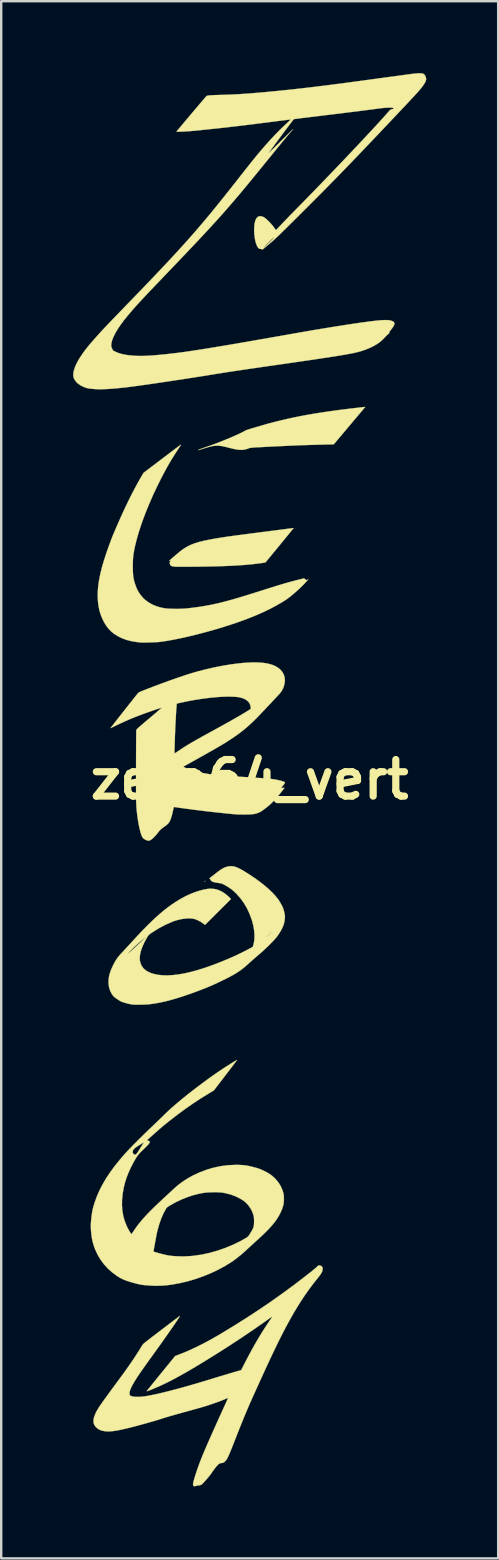
<source format=kicad_pcb>
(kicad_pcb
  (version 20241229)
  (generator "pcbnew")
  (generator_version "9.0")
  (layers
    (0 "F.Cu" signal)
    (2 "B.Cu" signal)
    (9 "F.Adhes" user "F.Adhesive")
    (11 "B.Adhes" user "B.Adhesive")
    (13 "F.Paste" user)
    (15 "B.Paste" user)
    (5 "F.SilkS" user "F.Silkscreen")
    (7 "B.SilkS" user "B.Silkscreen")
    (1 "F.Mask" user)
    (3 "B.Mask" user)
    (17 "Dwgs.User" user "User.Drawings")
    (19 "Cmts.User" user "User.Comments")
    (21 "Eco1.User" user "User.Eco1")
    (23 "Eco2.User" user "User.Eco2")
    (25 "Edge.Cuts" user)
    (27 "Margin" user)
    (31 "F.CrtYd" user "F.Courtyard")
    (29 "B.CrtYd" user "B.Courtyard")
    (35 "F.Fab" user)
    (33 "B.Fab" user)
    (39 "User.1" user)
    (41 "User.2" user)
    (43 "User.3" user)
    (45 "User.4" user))
  (footprint "zero64_vert"
    (layer "F.Cu")
    (at 7.354 29.449)
    (property "Reference" "zero64_vert" (at 0 0 0) (layer "F.SilkS") (effects (font (size 1.524 1.524) (thickness 0.3))))
    (attr through_hole)
    (fp_poly (pts (xy -1.838 4.227) (xy -1.845 4.233) (xy -1.851 4.227) (xy -1.845 4.221) (xy -1.838 4.227)) (stroke (width 0.01) (type solid)) (fill yes) (layer "F.SilkS"))
    (fp_poly (pts (xy -1.866 4.241) (xy -1.869 4.245) (xy -1.88 4.257) (xy -1.882 4.258) (xy -1.883 4.25) (xy -1.881 4.245) (xy -1.869 4.234) (xy -1.867 4.233) (xy -1.866 4.241)) (stroke (width 0.01) (type solid)) (fill yes) (layer "F.SilkS"))
    (fp_poly (pts (xy 1.834 -10.483) (xy 1.827 -10.474) (xy 1.806 -10.447) (xy 1.772 -10.406) (xy 1.728 -10.351) (xy 1.674 -10.284) (xy 1.611 -10.207) (xy 1.542 -10.122) (xy 1.467 -10.031) (xy 1.389 -9.935) (xy 1.308 -9.836) (xy 1.226 -9.736) (xy 1.144 -9.636) (xy 1.064 -9.538) (xy 0.987 -9.445) (xy 0.915 -9.357) (xy 0.849 -9.277) (xy 0.791 -9.206) (xy 0.741 -9.146) (xy 0.702 -9.099) (xy 0.674 -9.067) (xy 0.66 -9.051) (xy 0.647 -9.047) (xy 0.613 -9.041) (xy 0.563 -9.034) (xy 0.5 -9.025) (xy 0.428 -9.015) (xy 0.351 -9.005) (xy 0.272 -8.995) (xy 0.201 -8.987) (xy 0.023 -8.968) (xy -0.162 -8.951) (xy -0.355 -8.937) (xy -0.56 -8.924) (xy -0.779 -8.912) (xy -1.016 -8.902) (xy -1.272 -8.893) (xy -1.373 -8.89) (xy -1.493 -8.887) (xy -1.623 -8.884) (xy -1.76 -8.882) (xy -1.902 -8.879) (xy -2.047 -8.877) (xy -2.192 -8.875) (xy -2.335 -8.874) (xy -2.474 -8.873) (xy -2.606 -8.872) (xy -2.728 -8.872) (xy -2.84 -8.872) (xy -2.937 -8.872) (xy -3.018 -8.873) (xy -3.081 -8.874) (xy -3.123 -8.876) (xy -3.133 -8.877) (xy -3.183 -8.884) (xy -3.229 -8.895) (xy -3.26 -8.905) (xy -3.261 -8.906) (xy -3.299 -8.938) (xy -3.322 -8.984) (xy -3.328 -9.038) (xy -3.315 -9.093) (xy -3.309 -9.107) (xy -3.296 -9.133) (xy -3.298 -9.142) (xy -3.317 -9.135) (xy -3.336 -9.125) (xy -3.355 -9.114) (xy -3.357 -9.115) (xy -3.343 -9.129) (xy -3.331 -9.14) (xy -3.289 -9.178) (xy -3.234 -9.226) (xy -3.17 -9.282) (xy -3.101 -9.34) (xy -3.032 -9.399) (xy -2.966 -9.454) (xy -2.907 -9.503) (xy -2.86 -9.541) (xy -2.839 -9.558) (xy -2.71 -9.648) (xy -2.574 -9.727) (xy -2.427 -9.796) (xy -2.266 -9.857) (xy -2.089 -9.911) (xy -1.891 -9.958) (xy -1.82 -9.973) (xy -1.729 -9.991) (xy -1.642 -10.008) (xy -1.557 -10.024) (xy -1.472 -10.04) (xy -1.387 -10.055) (xy -1.298 -10.069) (xy -1.205 -10.084) (xy -1.106 -10.1) (xy -0.999 -10.116) (xy -0.882 -10.133) (xy -0.754 -10.15) (xy -0.613 -10.17) (xy -0.458 -10.19) (xy -0.285 -10.213) (xy -0.095 -10.238) (xy 0.115 -10.265) (xy 0.346 -10.295) (xy 0.472 -10.311) (xy 0.629 -10.331) (xy 0.784 -10.351) (xy 0.933 -10.37) (xy 1.074 -10.388) (xy 1.205 -10.405) (xy 1.325 -10.421) (xy 1.43 -10.434) (xy 1.518 -10.446) (xy 1.588 -10.455) (xy 1.637 -10.461) (xy 1.649 -10.463) (xy 1.712 -10.471) (xy 1.766 -10.478) (xy 1.807 -10.482) (xy 1.83 -10.484) (xy 1.834 -10.483)) (stroke (width 0.01) (type solid)) (fill yes) (layer "F.SilkS"))
    (fp_poly (pts (xy 4.817 -15.529) (xy 4.81 -15.519) (xy 4.8 -15.507) (xy 4.775 -15.478) (xy 4.737 -15.433) (xy 4.688 -15.374) (xy 4.627 -15.302) (xy 4.557 -15.219) (xy 4.478 -15.125) (xy 4.392 -15.023) (xy 4.3 -14.914) (xy 4.204 -14.799) (xy 4.152 -14.737) (xy 3.51 -13.975) (xy 2.895 -13.96) (xy 2.709 -13.955) (xy 2.522 -13.95) (xy 2.332 -13.944) (xy 2.136 -13.937) (xy 1.93 -13.929) (xy 1.714 -13.92) (xy 1.485 -13.909) (xy 1.239 -13.898) (xy 0.974 -13.885) (xy 0.689 -13.871) (xy 0.623 -13.867) (xy 0.488 -13.86) (xy 0.375 -13.854) (xy 0.281 -13.849) (xy 0.205 -13.845) (xy 0.145 -13.84) (xy 0.097 -13.836) (xy 0.06 -13.832) (xy 0.031 -13.828) (xy 0.009 -13.823) (xy -0.01 -13.818) (xy -0.026 -13.812) (xy -0.042 -13.805) (xy -0.088 -13.788) (xy -0.147 -13.771) (xy -0.209 -13.757) (xy -0.225 -13.754) (xy -0.292 -13.746) (xy -0.361 -13.743) (xy -0.435 -13.747) (xy -0.519 -13.757) (xy -0.615 -13.775) (xy -0.727 -13.8) (xy -0.829 -13.825) (xy -0.957 -13.858) (xy -1.067 -13.883) (xy -1.161 -13.902) (xy -1.242 -13.914) (xy -1.315 -13.92) (xy -1.382 -13.92) (xy -1.449 -13.916) (xy -1.517 -13.906) (xy -1.557 -13.898) (xy -1.613 -13.886) (xy -1.687 -13.867) (xy -1.774 -13.843) (xy -1.871 -13.814) (xy -1.971 -13.784) (xy -2.072 -13.752) (xy -2.111 -13.739) (xy -2.134 -13.732) (xy -2.138 -13.735) (xy -2.129 -13.746) (xy -2.113 -13.754) (xy -2.077 -13.769) (xy -2.024 -13.789) (xy -1.958 -13.813) (xy -1.88 -13.84) (xy -1.795 -13.87) (xy -1.771 -13.878) (xy -1.65 -13.92) (xy -1.519 -13.967) (xy -1.382 -14.018) (xy -1.241 -14.073) (xy -1.098 -14.13) (xy -0.956 -14.188) (xy -0.817 -14.245) (xy -0.685 -14.302) (xy -0.561 -14.357) (xy -0.449 -14.408) (xy -0.35 -14.455) (xy -0.268 -14.496) (xy -0.205 -14.531) (xy -0.183 -14.545) (xy -0.159 -14.556) (xy -0.115 -14.573) (xy -0.057 -14.593) (xy 0.014 -14.616) (xy 0.092 -14.64) (xy 0.139 -14.653) (xy 0.235 -14.681) (xy 0.34 -14.712) (xy 0.446 -14.743) (xy 0.545 -14.772) (xy 0.63 -14.797) (xy 0.641 -14.801) (xy 0.733 -14.827) (xy 0.846 -14.857) (xy 0.974 -14.891) (xy 1.115 -14.926) (xy 1.265 -14.963) (xy 1.419 -15) (xy 1.575 -15.036) (xy 1.728 -15.07) (xy 1.778 -15.081) (xy 2.051 -15.138) (xy 2.346 -15.194) (xy 2.663 -15.249) (xy 2.999 -15.303) (xy 3.352 -15.355) (xy 3.723 -15.406) (xy 4.108 -15.454) (xy 4.336 -15.481) (xy 4.436 -15.493) (xy 4.529 -15.503) (xy 4.613 -15.513) (xy 4.685 -15.521) (xy 4.741 -15.528) (xy 4.778 -15.532) (xy 4.793 -15.534) (xy 4.815 -15.535) (xy 4.817 -15.529)) (stroke (width 0.01) (type solid)) (fill yes) (layer "F.SilkS"))
    (fp_poly (pts (xy -2.859 -13.954) (xy -2.861 -13.952) (xy -2.979 -13.773) (xy -3.086 -13.61) (xy -3.182 -13.457) (xy -3.272 -13.31) (xy -3.357 -13.165) (xy -3.441 -13.018) (xy -3.525 -12.865) (xy -3.612 -12.7) (xy -3.675 -12.579) (xy -3.844 -12.24) (xy -4.004 -11.903) (xy -4.152 -11.568) (xy -4.289 -11.239) (xy -4.414 -10.917) (xy -4.525 -10.604) (xy -4.623 -10.303) (xy -4.705 -10.015) (xy -4.773 -9.742) (xy -4.777 -9.725) (xy -4.805 -9.59) (xy -4.827 -9.472) (xy -4.843 -9.364) (xy -4.855 -9.258) (xy -4.862 -9.148) (xy -4.866 -9.027) (xy -4.868 -8.896) (xy -4.866 -8.749) (xy -4.862 -8.621) (xy -4.852 -8.507) (xy -4.838 -8.403) (xy -4.817 -8.302) (xy -4.789 -8.201) (xy -4.753 -8.094) (xy -4.712 -7.985) (xy -4.664 -7.883) (xy -4.599 -7.776) (xy -4.523 -7.671) (xy -4.44 -7.575) (xy -4.355 -7.494) (xy -4.338 -7.48) (xy -4.199 -7.38) (xy -4.052 -7.297) (xy -3.893 -7.231) (xy -3.72 -7.178) (xy -3.537 -7.14) (xy -3.474 -7.132) (xy -3.39 -7.126) (xy -3.292 -7.122) (xy -3.184 -7.119) (xy -3.071 -7.117) (xy -2.957 -7.118) (xy -2.847 -7.121) (xy -2.746 -7.125) (xy -2.658 -7.131) (xy -2.631 -7.134) (xy -2.452 -7.154) (xy -2.281 -7.176) (xy -2.117 -7.198) (xy -1.957 -7.223) (xy -1.799 -7.25) (xy -1.642 -7.279) (xy -1.484 -7.312) (xy -1.321 -7.348) (xy -1.153 -7.389) (xy -0.977 -7.435) (xy -0.791 -7.485) (xy -0.593 -7.542) (xy -0.382 -7.604) (xy -0.154 -7.673) (xy 0.091 -7.749) (xy 0.356 -7.833) (xy 0.466 -7.868) (xy 0.705 -7.944) (xy 0.923 -8.012) (xy 1.122 -8.074) (xy 1.304 -8.129) (xy 1.471 -8.179) (xy 1.626 -8.223) (xy 1.769 -8.262) (xy 1.903 -8.298) (xy 2.026 -8.329) (xy 2.096 -8.347) (xy 2.158 -8.362) (xy 2.208 -8.375) (xy 2.242 -8.384) (xy 2.257 -8.388) (xy 2.273 -8.383) (xy 2.3 -8.367) (xy 2.322 -8.351) (xy 2.352 -8.328) (xy 2.375 -8.313) (xy 2.384 -8.309) (xy 2.398 -8.317) (xy 2.423 -8.334) (xy 2.433 -8.343) (xy 2.448 -8.354) (xy 2.448 -8.349) (xy 2.435 -8.331) (xy 2.41 -8.301) (xy 2.375 -8.262) (xy 2.332 -8.215) (xy 2.282 -8.162) (xy 2.228 -8.106) (xy 2.189 -8.067) (xy 2.133 -8.012) (xy 2.063 -7.946) (xy 1.986 -7.876) (xy 1.907 -7.805) (xy 1.831 -7.739) (xy 1.817 -7.728) (xy 1.733 -7.657) (xy 1.659 -7.598) (xy 1.59 -7.547) (xy 1.518 -7.497) (xy 1.439 -7.446) (xy 1.352 -7.392) (xy 1.098 -7.245) (xy 0.828 -7.103) (xy 0.54 -6.966) (xy 0.232 -6.832) (xy -0.095 -6.701) (xy -0.445 -6.573) (xy -0.775 -6.461) (xy -1.067 -6.368) (xy -1.362 -6.278) (xy -1.658 -6.193) (xy -1.953 -6.113) (xy -2.243 -6.038) (xy -2.527 -5.969) (xy -2.802 -5.906) (xy -3.064 -5.852) (xy -3.313 -5.805) (xy -3.544 -5.766) (xy -3.75 -5.738) (xy -3.799 -5.733) (xy -3.866 -5.729) (xy -3.946 -5.725) (xy -4.035 -5.721) (xy -4.129 -5.718) (xy -4.223 -5.715) (xy -4.313 -5.713) (xy -4.396 -5.712) (xy -4.466 -5.713) (xy -4.519 -5.714) (xy -4.548 -5.716) (xy -4.579 -5.72) (xy -4.626 -5.725) (xy -4.68 -5.731) (xy -4.705 -5.734) (xy -4.917 -5.768) (xy -5.12 -5.819) (xy -5.31 -5.888) (xy -5.486 -5.974) (xy -5.646 -6.074) (xy -5.762 -6.166) (xy -5.867 -6.273) (xy -5.966 -6.399) (xy -6.056 -6.543) (xy -6.136 -6.699) (xy -6.203 -6.866) (xy -6.257 -7.038) (xy -6.289 -7.186) (xy -6.318 -7.396) (xy -6.331 -7.613) (xy -6.328 -7.839) (xy -6.309 -8.075) (xy -6.273 -8.324) (xy -6.22 -8.587) (xy -6.15 -8.864) (xy -6.125 -8.954) (xy -6.087 -9.081) (xy -6.042 -9.224) (xy -5.991 -9.379) (xy -5.937 -9.539) (xy -5.88 -9.7) (xy -5.823 -9.857) (xy -5.767 -10.006) (xy -5.715 -10.14) (xy -5.672 -10.245) (xy -5.51 -10.622) (xy -5.353 -10.977) (xy -5.199 -11.311) (xy -5.048 -11.626) (xy -4.9 -11.922) (xy -4.753 -12.201) (xy -4.608 -12.465) (xy -4.526 -12.607) (xy -4.421 -12.787) (xy -3.852 -13.218) (xy -3.741 -13.302) (xy -3.629 -13.387) (xy -3.518 -13.471) (xy -3.412 -13.551) (xy -3.313 -13.627) (xy -3.224 -13.694) (xy -3.147 -13.752) (xy -3.085 -13.799) (xy -3.06 -13.818) (xy -2.984 -13.875) (xy -2.925 -13.918) (xy -2.885 -13.945) (xy -2.863 -13.957) (xy -2.859 -13.954)) (stroke (width 0.01) (type solid)) (fill yes) (layer "F.SilkS"))
    (fp_poly (pts (xy -0.694 3.615) (xy -0.61 3.633) (xy -0.518 3.666) (xy -0.417 3.713) (xy -0.302 3.775) (xy -0.253 3.804) (xy -0.012 3.955) (xy 0.215 4.106) (xy 0.425 4.259) (xy 0.618 4.41) (xy 0.793 4.56) (xy 0.947 4.708) (xy 1.081 4.852) (xy 1.183 4.979) (xy 1.21 5.018) (xy 1.244 5.072) (xy 1.282 5.134) (xy 1.317 5.196) (xy 1.318 5.197) (xy 1.355 5.265) (xy 1.382 5.322) (xy 1.403 5.376) (xy 1.422 5.437) (xy 1.439 5.502) (xy 1.456 5.571) (xy 1.466 5.623) (xy 1.472 5.667) (xy 1.475 5.709) (xy 1.473 5.756) (xy 1.472 5.779) (xy 1.457 5.909) (xy 1.424 6.039) (xy 1.373 6.171) (xy 1.303 6.307) (xy 1.213 6.449) (xy 1.147 6.542) (xy 1.098 6.603) (xy 1.033 6.677) (xy 0.955 6.76) (xy 0.866 6.851) (xy 0.771 6.946) (xy 0.67 7.042) (xy 0.568 7.137) (xy 0.467 7.228) (xy 0.375 7.306) (xy 0.301 7.37) (xy 0.222 7.438) (xy 0.145 7.504) (xy 0.075 7.566) (xy 0.017 7.619) (xy -0.004 7.638) (xy -0.104 7.729) (xy -0.199 7.811) (xy -0.292 7.886) (xy -0.385 7.955) (xy -0.482 8.022) (xy -0.585 8.087) (xy -0.698 8.153) (xy -0.822 8.22) (xy -0.961 8.292) (xy -1.118 8.369) (xy -1.238 8.427) (xy -1.354 8.482) (xy -1.459 8.531) (xy -1.557 8.575) (xy -1.652 8.616) (xy -1.748 8.656) (xy -1.851 8.698) (xy -1.964 8.742) (xy -2.092 8.791) (xy -2.195 8.83) (xy -2.495 8.939) (xy -2.776 9.035) (xy -3.041 9.119) (xy -3.29 9.191) (xy -3.526 9.251) (xy -3.751 9.3) (xy -3.965 9.338) (xy -4.171 9.366) (xy -4.185 9.368) (xy -4.243 9.373) (xy -4.317 9.377) (xy -4.402 9.38) (xy -4.493 9.383) (xy -4.586 9.384) (xy -4.676 9.384) (xy -4.757 9.384) (xy -4.825 9.382) (xy -4.874 9.379) (xy -4.88 9.378) (xy -4.978 9.362) (xy -5.091 9.337) (xy -5.205 9.305) (xy -5.272 9.285) (xy -5.325 9.265) (xy -5.374 9.243) (xy -5.426 9.213) (xy -5.484 9.176) (xy -5.558 9.126) (xy -5.616 9.083) (xy -5.661 9.044) (xy -5.697 9.004) (xy -5.73 8.959) (xy -5.74 8.944) (xy -5.808 8.815) (xy -5.854 8.678) (xy -5.878 8.531) (xy -5.882 8.442) (xy -5.875 8.315) (xy -5.855 8.187) (xy -5.82 8.055) (xy -5.769 7.916) (xy -5.701 7.766) (xy -5.678 7.72) (xy -5.629 7.627) (xy -5.585 7.548) (xy -5.541 7.479) (xy -5.493 7.413) (xy -5.437 7.345) (xy -5.37 7.269) (xy -5.34 7.237) (xy -5.056 7.237) (xy -5.05 7.238) (xy -5.032 7.226) (xy -5.002 7.201) (xy -4.957 7.163) (xy -4.898 7.109) (xy -4.822 7.041) (xy -4.747 6.971) (xy -4.681 6.909) (xy -4.611 6.843) (xy -4.543 6.779) (xy -4.482 6.72) (xy -4.434 6.674) (xy -4.433 6.673) (xy -4.312 6.553) (xy -4.439 6.654) (xy -4.488 6.695) (xy -4.546 6.744) (xy -4.61 6.801) (xy -4.677 6.861) (xy -4.745 6.924) (xy -4.813 6.987) (xy -4.876 7.048) (xy -4.934 7.104) (xy -4.983 7.153) (xy -5.021 7.193) (xy -5.046 7.222) (xy -5.056 7.237) (xy -5.056 7.237) (xy -5.34 7.237) (xy -5.328 7.224) (xy -5.286 7.179) (xy -5.23 7.119) (xy -5.164 7.047) (xy -5.091 6.967) (xy -5.013 6.883) (xy -4.934 6.796) (xy -4.863 6.719) (xy -4.648 6.486) (xy -4.446 6.273) (xy -4.253 6.077) (xy -4.07 5.898) (xy -3.894 5.733) (xy -3.725 5.583) (xy -3.56 5.446) (xy -3.398 5.32) (xy -3.238 5.205) (xy -3.079 5.098) (xy -2.918 4.999) (xy -2.795 4.929) (xy -2.645 4.851) (xy -2.489 4.779) (xy -2.332 4.715) (xy -2.175 4.66) (xy -2.023 4.615) (xy -1.879 4.58) (xy -1.748 4.557) (xy -1.631 4.548) (xy -1.613 4.548) (xy -1.466 4.56) (xy -1.322 4.596) (xy -1.181 4.655) (xy -1.044 4.739) (xy -0.911 4.846) (xy -0.876 4.878) (xy -0.773 4.977) (xy -1.315 5.518) (xy -1.857 6.058) (xy -1.935 5.999) (xy -2.04 5.928) (xy -2.156 5.867) (xy -2.271 5.821) (xy -2.286 5.816) (xy -2.382 5.796) (xy -2.494 5.787) (xy -2.619 5.79) (xy -2.754 5.804) (xy -2.893 5.829) (xy -3.034 5.864) (xy -3.172 5.908) (xy -3.23 5.931) (xy -3.522 6.06) (xy -3.806 6.213) (xy -4.066 6.377) (xy -4.122 6.415) (xy -4.163 6.445) (xy -4.193 6.47) (xy -4.217 6.496) (xy -4.239 6.527) (xy -4.264 6.568) (xy -4.273 6.583) (xy -4.374 6.764) (xy -4.454 6.935) (xy -4.515 7.096) (xy -4.556 7.245) (xy -4.576 7.383) (xy -4.576 7.509) (xy -4.573 7.543) (xy -4.545 7.661) (xy -4.497 7.768) (xy -4.429 7.861) (xy -4.34 7.943) (xy -4.231 8.012) (xy -4.101 8.069) (xy -4.016 8.096) (xy -3.839 8.136) (xy -3.646 8.158) (xy -3.436 8.164) (xy -3.21 8.152) (xy -2.969 8.124) (xy -2.711 8.079) (xy -2.439 8.017) (xy -2.152 7.938) (xy -1.849 7.843) (xy -1.533 7.73) (xy -1.433 7.693) (xy -1.192 7.599) (xy -0.971 7.508) (xy -0.764 7.42) (xy -0.568 7.331) (xy -0.379 7.241) (xy -0.191 7.147) (xy -0.027 7.06) (xy 0.134 6.974) (xy 0.157 6.897) (xy 0.188 6.763) (xy 0.204 6.614) (xy 0.204 6.564) (xy 0.702 6.564) (xy 0.71 6.559) (xy 0.733 6.54) (xy 0.766 6.511) (xy 0.807 6.474) (xy 0.81 6.471) (xy 0.852 6.432) (xy 0.887 6.4) (xy 0.91 6.376) (xy 0.919 6.366) (xy 0.919 6.366) (xy 0.911 6.371) (xy 0.888 6.39) (xy 0.855 6.419) (xy 0.813 6.456) (xy 0.81 6.459) (xy 0.769 6.498) (xy 0.734 6.53) (xy 0.711 6.554) (xy 0.702 6.564) (xy 0.702 6.564) (xy 0.204 6.564) (xy 0.204 6.452) (xy 0.189 6.281) (xy 0.159 6.104) (xy 0.115 5.924) (xy 0.088 5.836) (xy -0.004 5.589) (xy -0.113 5.358) (xy -0.239 5.144) (xy -0.383 4.947) (xy -0.543 4.766) (xy -0.562 4.747) (xy -0.641 4.671) (xy -0.712 4.608) (xy -0.782 4.553) (xy -0.858 4.501) (xy -0.947 4.447) (xy -0.959 4.44) (xy -1.027 4.401) (xy -1.081 4.371) (xy -1.126 4.35) (xy -1.168 4.335) (xy -1.213 4.324) (xy -1.267 4.315) (xy -1.323 4.307) (xy -1.418 4.292) (xy -1.493 4.275) (xy -1.548 4.255) (xy -1.588 4.231) (xy -1.613 4.203) (xy -1.618 4.196) (xy -1.638 4.163) (xy -1.658 4.137) (xy -1.659 4.136) (xy -1.671 4.117) (xy -1.665 4.109) (xy -1.652 4.1) (xy -1.623 4.078) (xy -1.581 4.045) (xy -1.529 4.005) (xy -1.47 3.958) (xy -1.451 3.943) (xy -1.344 3.86) (xy -1.252 3.791) (xy -1.17 3.737) (xy -1.096 3.694) (xy -1.027 3.662) (xy -0.961 3.638) (xy -0.893 3.622) (xy -0.853 3.615) (xy -0.774 3.609) (xy -0.694 3.615)) (stroke (width 0.01) (type solid)) (fill yes) (layer "F.SilkS"))
    (fp_poly (pts (xy -0.529 11.7) (xy -0.549 11.727) (xy -0.581 11.771) (xy -0.625 11.829) (xy -0.678 11.9) (xy -0.74 11.982) (xy -0.81 12.073) (xy -0.886 12.173) (xy -0.967 12.279) (xy -1.003 12.325) (xy -1.487 12.957) (xy -1.72 13.098) (xy -2.054 13.305) (xy -2.374 13.516) (xy -2.687 13.734) (xy -2.999 13.964) (xy -3.316 14.21) (xy -3.393 14.271) (xy -3.456 14.322) (xy -3.512 14.366) (xy -3.561 14.407) (xy -3.608 14.445) (xy -3.654 14.485) (xy -3.704 14.527) (xy -3.759 14.575) (xy -3.822 14.63) (xy -3.896 14.696) (xy -3.984 14.774) (xy -4.032 14.816) (xy -4.283 15.039) (xy -4.232 15.052) (xy -4.191 15.067) (xy -4.167 15.087) (xy -4.161 15.114) (xy -4.174 15.149) (xy -4.205 15.195) (xy -4.256 15.252) (xy -4.292 15.287) (xy -4.349 15.344) (xy -4.415 15.408) (xy -4.479 15.47) (xy -4.524 15.513) (xy -4.579 15.57) (xy -4.63 15.629) (xy -4.68 15.694) (xy -4.73 15.77) (xy -4.783 15.86) (xy -4.843 15.968) (xy -4.853 15.986) (xy -4.962 16.2) (xy -5.054 16.403) (xy -5.13 16.601) (xy -5.192 16.797) (xy -5.242 16.996) (xy -5.28 17.203) (xy -5.291 17.272) (xy -5.316 17.522) (xy -5.319 17.762) (xy -5.301 17.991) (xy -5.261 18.209) (xy -5.205 18.402) (xy -5.156 18.53) (xy -5.101 18.655) (xy -5.041 18.77) (xy -4.981 18.871) (xy -4.951 18.914) (xy -4.922 18.953) (xy -4.815 18.793) (xy -4.74 18.685) (xy -4.662 18.578) (xy -4.578 18.472) (xy -4.488 18.363) (xy -4.389 18.251) (xy -4.281 18.134) (xy -4.162 18.01) (xy -4.03 17.878) (xy -3.884 17.737) (xy -3.722 17.584) (xy -3.544 17.418) (xy -3.483 17.362) (xy -3.412 17.297) (xy -3.339 17.229) (xy -3.269 17.164) (xy -3.206 17.106) (xy -3.153 17.057) (xy -3.128 17.033) (xy -2.994 16.916) (xy -2.841 16.799) (xy -2.676 16.687) (xy -2.503 16.582) (xy -2.359 16.504) (xy -2.07 16.371) (xy -1.78 16.261) (xy -1.486 16.176) (xy -1.191 16.114) (xy -0.893 16.076) (xy -0.595 16.063) (xy -0.575 16.062) (xy -0.446 16.064) (xy -0.332 16.069) (xy -0.227 16.078) (xy -0.123 16.092) (xy -0.016 16.112) (xy 0.101 16.139) (xy 0.235 16.174) (xy 0.317 16.197) (xy 0.39 16.221) (xy 0.46 16.248) (xy 0.537 16.283) (xy 0.61 16.318) (xy 0.719 16.373) (xy 0.81 16.426) (xy 0.888 16.478) (xy 0.961 16.535) (xy 1.031 16.599) (xy 1.068 16.635) (xy 1.185 16.771) (xy 1.282 16.919) (xy 1.358 17.079) (xy 1.405 17.221) (xy 1.421 17.302) (xy 1.43 17.398) (xy 1.433 17.501) (xy 1.428 17.602) (xy 1.417 17.693) (xy 1.411 17.726) (xy 1.367 17.875) (xy 1.303 18.03) (xy 1.222 18.187) (xy 1.126 18.34) (xy 1.104 18.371) (xy 1.033 18.467) (xy 0.953 18.565) (xy 0.862 18.667) (xy 0.761 18.776) (xy 0.645 18.892) (xy 0.515 19.018) (xy 0.367 19.154) (xy 0.272 19.241) (xy 0.194 19.311) (xy 0.116 19.382) (xy 0.043 19.45) (xy -0.024 19.511) (xy -0.081 19.564) (xy -0.125 19.605) (xy -0.139 19.619) (xy -0.201 19.676) (xy -0.278 19.743) (xy -0.364 19.816) (xy -0.455 19.89) (xy -0.546 19.961) (xy -0.631 20.026) (xy -0.706 20.08) (xy -0.732 20.098) (xy -1.008 20.27) (xy -1.302 20.43) (xy -1.61 20.576) (xy -1.93 20.707) (xy -2.256 20.822) (xy -2.587 20.919) (xy -2.919 20.997) (xy -3.247 21.055) (xy -3.26 21.057) (xy -3.436 21.079) (xy -3.6 21.094) (xy -3.757 21.102) (xy -3.915 21.104) (xy -4.082 21.098) (xy -4.263 21.085) (xy -4.3 21.082) (xy -4.392 21.074) (xy -4.468 21.065) (xy -4.534 21.055) (xy -4.597 21.043) (xy -4.665 21.027) (xy -4.745 21.007) (xy -4.753 21.005) (xy -4.895 20.966) (xy -5.016 20.93) (xy -5.121 20.895) (xy -5.214 20.861) (xy -5.297 20.825) (xy -5.375 20.786) (xy -5.451 20.742) (xy -5.529 20.692) (xy -5.534 20.688) (xy -5.732 20.542) (xy -5.912 20.381) (xy -6.072 20.205) (xy -6.213 20.015) (xy -6.333 19.812) (xy -6.397 19.674) (xy -4.004 19.674) (xy -3.992 19.68) (xy -3.961 19.691) (xy -3.912 19.707) (xy -3.848 19.725) (xy -3.774 19.746) (xy -3.691 19.768) (xy -3.603 19.79) (xy -3.598 19.792) (xy -3.505 19.814) (xy -3.425 19.831) (xy -3.351 19.844) (xy -3.272 19.854) (xy -3.18 19.863) (xy -3.157 19.865) (xy -2.954 19.876) (xy -2.744 19.878) (xy -2.535 19.87) (xy -2.346 19.854) (xy -2.012 19.806) (xy -1.676 19.734) (xy -1.342 19.64) (xy -1.012 19.526) (xy -0.69 19.392) (xy -0.378 19.24) (xy -0.146 19.109) (xy -0.114 19.09) (xy -0.088 19.071) (xy -0.065 19.051) (xy -0.042 19.026) (xy -0.018 18.992) (xy 0.011 18.947) (xy 0.047 18.887) (xy 0.092 18.809) (xy 0.093 18.808) (xy 0.128 18.744) (xy 0.154 18.687) (xy 0.171 18.631) (xy 0.181 18.57) (xy 0.186 18.497) (xy 0.187 18.415) (xy 0.186 18.339) (xy 0.183 18.279) (xy 0.178 18.231) (xy 0.169 18.186) (xy 0.159 18.149) (xy 0.107 18.005) (xy 0.033 17.867) (xy -0.058 17.74) (xy -0.164 17.629) (xy -0.209 17.59) (xy -0.291 17.531) (xy -0.391 17.471) (xy -0.502 17.414) (xy -0.617 17.362) (xy -0.73 17.319) (xy -0.82 17.291) (xy -0.92 17.265) (xy -1.002 17.245) (xy -1.074 17.23) (xy -1.14 17.219) (xy -1.206 17.212) (xy -1.279 17.208) (xy -1.364 17.206) (xy -1.467 17.206) (xy -1.476 17.206) (xy -1.594 17.207) (xy -1.694 17.21) (xy -1.783 17.215) (xy -1.868 17.224) (xy -1.954 17.237) (xy -2.047 17.255) (xy -2.135 17.273) (xy -2.366 17.333) (xy -2.603 17.412) (xy -2.842 17.509) (xy -3.078 17.621) (xy -3.289 17.737) (xy -3.351 17.775) (xy -3.396 17.803) (xy -3.428 17.826) (xy -3.451 17.848) (xy -3.47 17.87) (xy -3.487 17.898) (xy -3.488 17.899) (xy -3.591 18.09) (xy -3.684 18.303) (xy -3.766 18.537) (xy -3.838 18.794) (xy -3.858 18.878) (xy -3.866 18.916) (xy -3.878 18.971) (xy -3.891 19.039) (xy -3.906 19.117) (xy -3.921 19.202) (xy -3.937 19.289) (xy -3.953 19.375) (xy -3.968 19.456) (xy -3.981 19.53) (xy -3.991 19.592) (xy -3.999 19.639) (xy -4.003 19.668) (xy -4.004 19.674) (xy -6.397 19.674) (xy -6.434 19.595) (xy -6.489 19.447) (xy -6.525 19.331) (xy -6.553 19.22) (xy -6.575 19.107) (xy -6.592 18.985) (xy -6.606 18.848) (xy -6.609 18.813) (xy -6.615 18.723) (xy -6.618 18.648) (xy -6.619 18.582) (xy -6.616 18.517) (xy -6.611 18.445) (xy -6.609 18.414) (xy -6.596 18.279) (xy -6.582 18.162) (xy -6.567 18.058) (xy -6.55 17.962) (xy -6.528 17.868) (xy -6.502 17.772) (xy -6.469 17.666) (xy -6.453 17.615) (xy -6.363 17.369) (xy -6.255 17.123) (xy -6.129 16.877) (xy -5.983 16.628) (xy -5.816 16.377) (xy -5.629 16.121) (xy -5.42 15.86) (xy -5.215 15.621) (xy -5.144 15.544) (xy -5.101 15.498) (xy -4.873 15.498) (xy -4.872 15.549) (xy -4.847 15.598) (xy -4.843 15.602) (xy -4.809 15.632) (xy -4.774 15.638) (xy -4.736 15.621) (xy -4.71 15.597) (xy -4.688 15.57) (xy -4.659 15.528) (xy -4.624 15.476) (xy -4.59 15.42) (xy -4.589 15.418) (xy -4.553 15.358) (xy -4.515 15.298) (xy -4.48 15.244) (xy -4.456 15.207) (xy -4.432 15.171) (xy -4.415 15.144) (xy -4.409 15.132) (xy -4.409 15.131) (xy -4.423 15.137) (xy -4.453 15.154) (xy -4.494 15.178) (xy -4.543 15.208) (xy -4.596 15.24) (xy -4.647 15.272) (xy -4.693 15.302) (xy -4.73 15.326) (xy -4.738 15.332) (xy -4.806 15.389) (xy -4.851 15.444) (xy -4.873 15.498) (xy -5.101 15.498) (xy -5.058 15.452) (xy -4.958 15.348) (xy -4.847 15.233) (xy -4.725 15.111) (xy -4.597 14.982) (xy -4.462 14.849) (xy -4.324 14.714) (xy -4.184 14.579) (xy -4.1 14.499) (xy -4.009 14.412) (xy -3.914 14.321) (xy -3.819 14.229) (xy -3.726 14.14) (xy -3.641 14.057) (xy -3.565 13.983) (xy -3.503 13.922) (xy -3.496 13.915) (xy -3.378 13.803) (xy -3.242 13.679) (xy -3.09 13.547) (xy -2.924 13.407) (xy -2.746 13.261) (xy -2.56 13.111) (xy -2.366 12.959) (xy -2.168 12.807) (xy -1.967 12.657) (xy -1.767 12.509) (xy -1.568 12.366) (xy -1.373 12.23) (xy -1.191 12.107) (xy -1.115 12.056) (xy -1.034 12.003) (xy -0.951 11.95) (xy -0.869 11.898) (xy -0.79 11.848) (xy -0.716 11.802) (xy -0.651 11.762) (xy -0.597 11.729) (xy -0.555 11.705) (xy -0.53 11.692) (xy -0.523 11.69) (xy -0.529 11.7)) (stroke (width 0.01) (type solid)) (fill yes) (layer "F.SilkS"))
    (fp_poly (pts (xy 2.918 20.254) (xy 2.979 20.274) (xy 3.02 20.303) (xy 3.042 20.345) (xy 3.047 20.403) (xy 3.046 20.42) (xy 3.033 20.486) (xy 3.006 20.554) (xy 2.961 20.628) (xy 2.898 20.711) (xy 2.892 20.719) (xy 2.735 20.915) (xy 2.582 21.114) (xy 2.433 21.317) (xy 2.287 21.526) (xy 2.143 21.744) (xy 2.001 21.97) (xy 1.858 22.207) (xy 1.715 22.457) (xy 1.57 22.721) (xy 1.422 23.001) (xy 1.271 23.297) (xy 1.115 23.613) (xy 0.954 23.949) (xy 0.829 24.215) (xy 0.776 24.329) (xy 0.717 24.456) (xy 0.654 24.593) (xy 0.588 24.737) (xy 0.519 24.887) (xy 0.45 25.04) (xy 0.38 25.193) (xy 0.312 25.343) (xy 0.246 25.49) (xy 0.183 25.629) (xy 0.124 25.759) (xy 0.071 25.878) (xy 0.025 25.982) (xy -0.014 26.07) (xy -0.044 26.138) (xy -0.049 26.15) (xy -0.139 26.363) (xy -0.236 26.596) (xy -0.337 26.844) (xy -0.441 27.104) (xy -0.546 27.371) (xy -0.601 27.511) (xy -0.663 27.67) (xy -0.717 27.808) (xy -0.765 27.928) (xy -0.807 28.029) (xy -0.843 28.115) (xy -0.875 28.187) (xy -0.903 28.247) (xy -0.929 28.296) (xy -0.952 28.336) (xy -0.975 28.369) (xy -0.997 28.396) (xy -1.019 28.42) (xy -1.032 28.433) (xy -1.068 28.463) (xy -1.101 28.48) (xy -1.143 28.489) (xy -1.157 28.491) (xy -1.217 28.501) (xy -1.263 28.519) (xy -1.304 28.55) (xy -1.341 28.588) (xy -1.376 28.629) (xy -1.416 28.678) (xy -1.457 28.732) (xy -1.498 28.785) (xy -1.534 28.834) (xy -1.563 28.875) (xy -1.581 28.903) (xy -1.584 28.91) (xy -1.597 28.931) (xy -1.624 28.967) (xy -1.661 29.014) (xy -1.706 29.069) (xy -1.756 29.128) (xy -1.808 29.188) (xy -1.859 29.246) (xy -1.906 29.298) (xy -1.946 29.341) (xy -1.977 29.371) (xy -1.991 29.383) (xy -2.029 29.405) (xy -2.073 29.419) (xy -2.13 29.428) (xy -2.179 29.435) (xy -2.223 29.443) (xy -2.253 29.451) (xy -2.254 29.451) (xy -2.292 29.462) (xy -2.317 29.459) (xy -2.337 29.441) (xy -2.34 29.437) (xy -2.354 29.405) (xy -2.358 29.38) (xy -2.354 29.343) (xy -2.342 29.286) (xy -2.323 29.212) (xy -2.298 29.123) (xy -2.267 29.023) (xy -2.232 28.913) (xy -2.194 28.798) (xy -2.153 28.678) (xy -2.109 28.558) (xy -2.065 28.439) (xy -2.05 28.4) (xy -2.006 28.289) (xy -1.953 28.158) (xy -1.889 28.006) (xy -1.816 27.835) (xy -1.733 27.644) (xy -1.641 27.435) (xy -1.54 27.208) (xy -1.431 26.965) (xy -1.314 26.704) (xy -1.189 26.428) (xy -1.056 26.137) (xy -1.035 26.091) (xy -0.999 26.011) (xy -0.966 25.938) (xy -0.939 25.876) (xy -0.918 25.827) (xy -0.904 25.793) (xy -0.9 25.779) (xy -0.9 25.778) (xy -0.913 25.78) (xy -0.939 25.791) (xy -0.951 25.797) (xy -1.013 25.825) (xy -1.094 25.859) (xy -1.191 25.898) (xy -1.302 25.939) (xy -1.422 25.982) (xy -1.548 26.026) (xy -1.676 26.069) (xy -1.804 26.111) (xy -1.91 26.143) (xy -1.958 26.158) (xy -2.026 26.177) (xy -2.111 26.202) (xy -2.21 26.229) (xy -2.319 26.26) (xy -2.436 26.292) (xy -2.556 26.325) (xy -2.661 26.354) (xy -2.816 26.397) (xy -2.966 26.439) (xy -3.11 26.479) (xy -3.245 26.518) (xy -3.369 26.554) (xy -3.48 26.587) (xy -3.576 26.615) (xy -3.654 26.64) (xy -3.713 26.659) (xy -3.742 26.67) (xy -3.772 26.68) (xy -3.823 26.695) (xy -3.891 26.716) (xy -3.973 26.74) (xy -4.067 26.767) (xy -4.17 26.796) (xy -4.278 26.827) (xy -4.389 26.857) (xy -4.499 26.888) (xy -4.606 26.917) (xy -4.707 26.945) (xy -4.799 26.969) (xy -4.878 26.99) (xy -4.905 26.997) (xy -5.096 27.044) (xy -5.266 27.083) (xy -5.417 27.116) (xy -5.551 27.141) (xy -5.671 27.159) (xy -5.778 27.17) (xy -5.874 27.174) (xy -5.961 27.173) (xy -6.041 27.165) (xy -6.117 27.151) (xy -6.19 27.131) (xy -6.192 27.131) (xy -6.269 27.098) (xy -6.344 27.049) (xy -6.41 26.99) (xy -6.459 26.926) (xy -6.46 26.924) (xy -6.481 26.885) (xy -6.494 26.849) (xy -6.501 26.808) (xy -6.505 26.76) (xy -6.506 26.709) (xy -6.503 26.667) (xy -6.495 26.625) (xy -6.48 26.573) (xy -6.471 26.548) (xy -6.446 26.479) (xy -6.416 26.408) (xy -6.379 26.335) (xy -6.333 26.255) (xy -6.279 26.168) (xy -6.213 26.069) (xy -6.135 25.957) (xy -6.042 25.829) (xy -5.994 25.763) (xy -5.949 25.702) (xy -5.91 25.647) (xy -5.878 25.604) (xy -5.858 25.575) (xy -5.854 25.569) (xy -5.84 25.55) (xy -5.814 25.514) (xy -5.777 25.463) (xy -5.731 25.401) (xy -5.677 25.328) (xy -5.618 25.248) (xy -5.556 25.164) (xy -5.551 25.158) (xy -5.389 24.937) (xy -5.24 24.733) (xy -5.105 24.544) (xy -4.982 24.368) (xy -4.869 24.204) (xy -4.766 24.049) (xy -4.671 23.902) (xy -4.583 23.762) (xy -4.547 23.702) (xy -4.507 23.636) (xy -4.475 23.588) (xy -4.449 23.551) (xy -4.422 23.521) (xy -4.393 23.494) (xy -4.357 23.464) (xy -4.348 23.457) (xy -4.292 23.414) (xy -4.224 23.361) (xy -4.145 23.3) (xy -4.058 23.233) (xy -3.963 23.161) (xy -3.864 23.085) (xy -3.761 23.006) (xy -3.656 22.926) (xy -3.552 22.847) (xy -3.449 22.769) (xy -3.351 22.694) (xy -3.257 22.623) (xy -3.171 22.558) (xy -3.094 22.5) (xy -3.027 22.45) (xy -2.973 22.409) (xy -2.934 22.38) (xy -2.91 22.363) (xy -2.904 22.359) (xy -2.908 22.371) (xy -2.925 22.402) (xy -2.955 22.449) (xy -2.996 22.513) (xy -3.048 22.59) (xy -3.109 22.681) (xy -3.179 22.783) (xy -3.256 22.895) (xy -3.341 23.017) (xy -3.431 23.146) (xy -3.527 23.282) (xy -3.626 23.422) (xy -3.729 23.567) (xy -3.834 23.713) (xy -3.906 23.813) (xy -4.036 23.994) (xy -4.154 24.157) (xy -4.259 24.304) (xy -4.352 24.435) (xy -4.435 24.552) (xy -4.508 24.656) (xy -4.573 24.749) (xy -4.63 24.833) (xy -4.679 24.907) (xy -4.723 24.975) (xy -4.763 25.037) (xy -4.798 25.094) (xy -4.829 25.148) (xy -4.859 25.201) (xy -4.888 25.253) (xy -4.908 25.291) (xy -4.956 25.391) (xy -4.987 25.476) (xy -5.003 25.55) (xy -5.003 25.614) (xy -5.002 25.623) (xy -4.994 25.659) (xy -4.977 25.68) (xy -4.952 25.694) (xy -4.887 25.716) (xy -4.802 25.73) (xy -4.699 25.735) (xy -4.581 25.733) (xy -4.452 25.722) (xy -4.313 25.703) (xy -4.31 25.703) (xy -4.152 25.674) (xy -3.972 25.638) (xy -3.773 25.594) (xy -3.556 25.542) (xy -3.322 25.483) (xy -3.074 25.418) (xy -2.812 25.347) (xy -2.538 25.27) (xy -2.255 25.188) (xy -1.962 25.101) (xy -1.784 25.047) (xy -1.604 24.992) (xy -1.429 24.938) (xy -1.261 24.887) (xy -1.102 24.84) (xy -0.956 24.796) (xy -0.823 24.756) (xy -0.705 24.721) (xy -0.606 24.692) (xy -0.527 24.669) (xy -0.498 24.661) (xy -0.35 24.62) (xy -0.189 24.305) (xy -0.047 24.033) (xy 0.089 23.779) (xy 0.223 23.54) (xy 0.356 23.312) (xy 0.49 23.089) (xy 0.63 22.869) (xy 0.776 22.647) (xy 0.803 22.606) (xy 0.845 22.544) (xy 0.883 22.488) (xy 0.914 22.441) (xy 0.936 22.408) (xy 0.948 22.39) (xy 0.948 22.389) (xy 0.944 22.388) (xy 0.924 22.399) (xy 0.891 22.421) (xy 0.864 22.44) (xy 0.564 22.652) (xy 0.273 22.855) (xy -0.013 23.051) (xy -0.296 23.242) (xy -0.581 23.431) (xy -0.871 23.619) (xy -1.17 23.81) (xy -1.48 24.006) (xy -1.806 24.207) (xy -2.068 24.368) (xy -2.351 24.538) (xy -2.617 24.694) (xy -2.868 24.836) (xy -3.104 24.965) (xy -3.329 25.083) (xy -3.544 25.189) (xy -3.749 25.284) (xy -3.948 25.371) (xy -3.972 25.381) (xy -4.066 25.42) (xy -4.14 25.45) (xy -4.197 25.472) (xy -4.237 25.487) (xy -4.264 25.496) (xy -4.279 25.498) (xy -4.285 25.496) (xy -4.283 25.489) (xy -4.282 25.488) (xy -4.273 25.475) (xy -4.249 25.445) (xy -4.213 25.4) (xy -4.165 25.34) (xy -4.106 25.267) (xy -4.039 25.183) (xy -3.963 25.089) (xy -3.88 24.987) (xy -3.792 24.878) (xy -3.699 24.764) (xy -3.686 24.749) (xy -3.102 24.031) (xy -2.931 23.967) (xy -2.696 23.874) (xy -2.447 23.765) (xy -2.186 23.641) (xy -1.915 23.505) (xy -1.637 23.356) (xy -1.355 23.196) (xy -1.181 23.094) (xy -0.625 22.755) (xy -0.091 22.418) (xy 0.424 22.08) (xy 0.923 21.74) (xy 1.407 21.396) (xy 1.881 21.047) (xy 2.244 20.769) (xy 2.359 20.68) (xy 2.456 20.604) (xy 2.539 20.539) (xy 2.607 20.484) (xy 2.664 20.437) (xy 2.712 20.398) (xy 2.751 20.364) (xy 2.785 20.334) (xy 2.803 20.317) (xy 2.841 20.282) (xy 2.867 20.262) (xy 2.886 20.253) (xy 2.905 20.252) (xy 2.918 20.254)) (stroke (width 0.01) (type solid)) (fill yes) (layer "F.SilkS"))
    (fp_poly (pts (xy 0.328 -4.883) (xy 0.505 -4.873) (xy 0.661 -4.853) (xy 0.671 -4.851) (xy 0.776 -4.831) (xy 0.865 -4.809) (xy 0.943 -4.785) (xy 1.018 -4.755) (xy 1.09 -4.721) (xy 1.202 -4.653) (xy 1.297 -4.571) (xy 1.372 -4.478) (xy 1.427 -4.374) (xy 1.461 -4.263) (xy 1.473 -4.144) (xy 1.47 -4.088) (xy 1.447 -3.948) (xy 1.404 -3.816) (xy 1.342 -3.696) (xy 1.265 -3.594) (xy 1.233 -3.559) (xy 1.187 -3.509) (xy 1.129 -3.446) (xy 1.06 -3.373) (xy 0.984 -3.292) (xy 0.903 -3.205) (xy 0.818 -3.115) (xy 0.732 -3.024) (xy 0.648 -2.934) (xy 0.566 -2.849) (xy 0.491 -2.769) (xy 0.424 -2.698) (xy 0.412 -2.686) (xy 0.26 -2.53) (xy 0.115 -2.388) (xy -0.028 -2.256) (xy -0.171 -2.132) (xy -0.318 -2.013) (xy -0.473 -1.896) (xy -0.639 -1.778) (xy -0.82 -1.657) (xy -1.019 -1.529) (xy -1.046 -1.512) (xy -1.093 -1.484) (xy -1.159 -1.444) (xy -1.242 -1.396) (xy -1.339 -1.34) (xy -1.45 -1.276) (xy -1.57 -1.207) (xy -1.699 -1.134) (xy -1.834 -1.057) (xy -1.974 -0.979) (xy -2.115 -0.899) (xy -2.256 -0.82) (xy -2.394 -0.743) (xy -2.528 -0.669) (xy -2.656 -0.598) (xy -2.694 -0.577) (xy -2.728 -0.558) (xy -2.751 -0.543) (xy -2.758 -0.537) (xy -2.747 -0.526) (xy -2.715 -0.509) (xy -2.667 -0.489) (xy -2.605 -0.465) (xy -2.532 -0.438) (xy -2.451 -0.411) (xy -2.366 -0.384) (xy -2.28 -0.358) (xy -2.195 -0.334) (xy -2.146 -0.321) (xy -2.029 -0.293) (xy -1.91 -0.268) (xy -1.788 -0.245) (xy -1.66 -0.224) (xy -1.522 -0.205) (xy -1.374 -0.188) (xy -1.213 -0.172) (xy -1.036 -0.157) (xy -0.841 -0.143) (xy -0.626 -0.13) (xy -0.478 -0.121) (xy -0.375 -0.115) (xy -0.278 -0.11) (xy -0.19 -0.104) (xy -0.113 -0.1) (xy -0.052 -0.096) (xy -0.008 -0.093) (xy 0.012 -0.091) (xy 0.041 -0.088) (xy 0.09 -0.085) (xy 0.153 -0.081) (xy 0.225 -0.077) (xy 0.302 -0.073) (xy 0.302 -0.073) (xy 0.483 -0.062) (xy 0.641 -0.051) (xy 0.782 -0.039) (xy 0.906 -0.026) (xy 1.017 -0.011) (xy 1.118 0.006) (xy 1.212 0.026) (xy 1.301 0.048) (xy 1.388 0.074) (xy 1.406 0.08) (xy 1.445 0.095) (xy 1.468 0.11) (xy 1.474 0.129) (xy 1.465 0.157) (xy 1.439 0.195) (xy 1.402 0.242) (xy 1.368 0.284) (xy 1.341 0.319) (xy 1.323 0.344) (xy 1.318 0.352) (xy 1.329 0.354) (xy 1.356 0.352) (xy 1.38 0.348) (xy 1.417 0.343) (xy 1.444 0.34) (xy 1.453 0.341) (xy 1.45 0.351) (xy 1.433 0.377) (xy 1.405 0.416) (xy 1.366 0.466) (xy 1.32 0.524) (xy 1.268 0.588) (xy 1.212 0.655) (xy 1.154 0.723) (xy 1.096 0.789) (xy 1.041 0.851) (xy 0.99 0.907) (xy 0.946 0.954) (xy 0.938 0.962) (xy 0.875 1.021) (xy 0.803 1.085) (xy 0.725 1.149) (xy 0.646 1.211) (xy 0.57 1.267) (xy 0.502 1.314) (xy 0.445 1.348) (xy 0.429 1.356) (xy 0.368 1.384) (xy 0.309 1.407) (xy 0.249 1.424) (xy 0.184 1.437) (xy 0.11 1.446) (xy 0.024 1.452) (xy -0.079 1.456) (xy -0.201 1.457) (xy -0.218 1.457) (xy -0.277 1.457) (xy -0.331 1.457) (xy -0.382 1.456) (xy -0.431 1.455) (xy -0.48 1.454) (xy -0.532 1.451) (xy -0.587 1.447) (xy -0.649 1.443) (xy -0.719 1.437) (xy -0.799 1.429) (xy -0.892 1.42) (xy -0.998 1.409) (xy -1.12 1.396) (xy -1.26 1.381) (xy -1.421 1.364) (xy -1.603 1.344) (xy -1.627 1.341) (xy -1.713 1.332) (xy -1.814 1.32) (xy -1.928 1.306) (xy -2.049 1.291) (xy -2.177 1.275) (xy -2.307 1.259) (xy -2.436 1.242) (xy -2.562 1.225) (xy -2.681 1.209) (xy -2.791 1.195) (xy -2.887 1.181) (xy -2.967 1.17) (xy -3.028 1.16) (xy -3.054 1.156) (xy -3.1 1.149) (xy -3.136 1.146) (xy -3.156 1.146) (xy -3.158 1.147) (xy -3.163 1.162) (xy -3.171 1.195) (xy -3.181 1.24) (xy -3.187 1.27) (xy -3.21 1.38) (xy -3.238 1.488) (xy -3.268 1.588) (xy -3.299 1.675) (xy -3.321 1.726) (xy -3.341 1.764) (xy -3.362 1.797) (xy -3.389 1.83) (xy -3.424 1.863) (xy -3.47 1.902) (xy -3.53 1.948) (xy -3.607 2.004) (xy -3.608 2.005) (xy -3.672 2.054) (xy -3.723 2.1) (xy -3.77 2.151) (xy -3.812 2.203) (xy -3.896 2.309) (xy -3.976 2.397) (xy -4.05 2.465) (xy -4.117 2.515) (xy -4.176 2.543) (xy -4.221 2.55) (xy -4.254 2.544) (xy -4.299 2.527) (xy -4.348 2.503) (xy -4.351 2.502) (xy -4.397 2.475) (xy -4.429 2.452) (xy -4.453 2.425) (xy -4.476 2.387) (xy -4.48 2.379) (xy -4.505 2.325) (xy -4.531 2.249) (xy -4.558 2.156) (xy -4.585 2.048) (xy -4.611 1.929) (xy -4.635 1.8) (xy -4.657 1.667) (xy -4.677 1.531) (xy -4.686 1.457) (xy -4.693 1.395) (xy -4.7 1.336) (xy -4.705 1.28) (xy -4.71 1.226) (xy -4.715 1.17) (xy -4.719 1.113) (xy -4.722 1.051) (xy -4.725 0.985) (xy -4.727 0.911) (xy -4.729 0.829) (xy -4.731 0.738) (xy -4.732 0.634) (xy -4.733 0.517) (xy -4.733 0.386) (xy -4.733 0.238) (xy -4.733 0.072) (xy -4.733 -0.114) (xy -4.733 -0.321) (xy -4.733 -0.532) (xy -4.732 -0.72) (xy -4.732 -0.901) (xy -4.731 -1.075) (xy -4.731 -1.121) (xy -3.131 -1.121) (xy -3.13 -1.103) (xy -3.13 -1.093) (xy -3.128 -1.089) (xy -3.128 -1.089) (xy -3.116 -1.095) (xy -3.088 -1.113) (xy -3.045 -1.141) (xy -2.992 -1.177) (xy -2.93 -1.218) (xy -2.9 -1.238) (xy -2.834 -1.282) (xy -2.769 -1.325) (xy -2.703 -1.368) (xy -2.635 -1.41) (xy -2.563 -1.455) (xy -2.485 -1.501) (xy -2.399 -1.551) (xy -2.305 -1.606) (xy -2.199 -1.666) (xy -2.081 -1.732) (xy -1.949 -1.806) (xy -1.8 -1.888) (xy -1.634 -1.979) (xy -1.448 -2.081) (xy -1.433 -2.089) (xy -1.208 -2.213) (xy -1.003 -2.327) (xy -0.816 -2.431) (xy -0.647 -2.528) (xy -0.492 -2.616) (xy -0.352 -2.698) (xy -0.225 -2.774) (xy -0.108 -2.846) (xy -0.000442 -2.913) (xy 0.004 -2.916) (xy 0.05 -2.945) (xy 0.045 -3.02) (xy 0.026 -3.113) (xy -0.014 -3.196) (xy -0.074 -3.268) (xy -0.155 -3.33) (xy -0.255 -3.38) (xy -0.373 -3.417) (xy -0.409 -3.425) (xy -0.524 -3.443) (xy -0.66 -3.454) (xy -0.815 -3.459) (xy -0.988 -3.457) (xy -1.175 -3.45) (xy -1.376 -3.436) (xy -1.588 -3.416) (xy -1.808 -3.39) (xy -2.035 -3.359) (xy -2.267 -3.323) (xy -2.422 -3.295) (xy -2.489 -3.283) (xy -2.565 -3.268) (xy -2.644 -3.252) (xy -2.725 -3.235) (xy -2.803 -3.219) (xy -2.876 -3.203) (xy -2.938 -3.189) (xy -2.987 -3.178) (xy -3.019 -3.17) (xy -3.031 -3.166) (xy -3.034 -3.151) (xy -3.039 -3.115) (xy -3.044 -3.059) (xy -3.049 -2.987) (xy -3.056 -2.9) (xy -3.062 -2.802) (xy -3.069 -2.694) (xy -3.075 -2.579) (xy -3.082 -2.46) (xy -3.088 -2.338) (xy -3.094 -2.218) (xy -3.1 -2.1) (xy -3.104 -1.987) (xy -3.108 -1.887) (xy -3.113 -1.727) (xy -3.118 -1.59) (xy -3.121 -1.474) (xy -3.124 -1.377) (xy -3.127 -1.298) (xy -3.129 -1.234) (xy -3.13 -1.184) (xy -3.13 -1.147) (xy -3.131 -1.121) (xy -4.731 -1.121) (xy -4.731 -1.239) (xy -4.73 -1.393) (xy -4.729 -1.534) (xy -4.728 -1.662) (xy -4.727 -1.774) (xy -4.726 -1.869) (xy -4.726 -1.946) (xy -4.725 -2.003) (xy -4.724 -2.039) (xy -4.723 -2.05) (xy -4.721 -2.061) (xy -4.717 -2.072) (xy -4.709 -2.085) (xy -4.697 -2.1) (xy -4.679 -2.12) (xy -4.653 -2.145) (xy -4.618 -2.177) (xy -4.572 -2.217) (xy -4.514 -2.267) (xy -4.443 -2.328) (xy -4.358 -2.401) (xy -4.256 -2.487) (xy -4.186 -2.546) (xy -4.088 -2.628) (xy -3.997 -2.705) (xy -3.913 -2.776) (xy -3.839 -2.84) (xy -3.775 -2.895) (xy -3.723 -2.939) (xy -3.685 -2.971) (xy -3.663 -2.991) (xy -3.658 -2.996) (xy -3.67 -2.994) (xy -3.703 -2.985) (xy -3.753 -2.97) (xy -3.817 -2.949) (xy -3.893 -2.924) (xy -3.977 -2.896) (xy -4.068 -2.865) (xy -4.161 -2.832) (xy -4.255 -2.799) (xy -4.27 -2.794) (xy -4.511 -2.706) (xy -4.733 -2.621) (xy -4.943 -2.536) (xy -5.146 -2.449) (xy -5.346 -2.358) (xy -5.539 -2.267) (xy -5.611 -2.231) (xy -5.676 -2.2) (xy -5.73 -2.175) (xy -5.771 -2.156) (xy -5.795 -2.145) (xy -5.8 -2.144) (xy -5.793 -2.153) (xy -5.772 -2.18) (xy -5.74 -2.222) (xy -5.696 -2.278) (xy -5.643 -2.346) (xy -5.582 -2.424) (xy -5.515 -2.51) (xy -5.442 -2.603) (xy -5.365 -2.7) (xy -5.286 -2.801) (xy -5.206 -2.902) (xy -5.127 -3.003) (xy -5.049 -3.102) (xy -4.974 -3.197) (xy -4.904 -3.285) (xy -4.84 -3.366) (xy -4.783 -3.438) (xy -4.735 -3.498) (xy -4.697 -3.546) (xy -4.671 -3.578) (xy -4.663 -3.588) (xy -4.647 -3.605) (xy -4.63 -3.621) (xy -4.608 -3.635) (xy -4.577 -3.651) (xy -4.535 -3.671) (xy -4.479 -3.694) (xy -4.403 -3.724) (xy -4.37 -3.737) (xy -4.194 -3.806) (xy -4.011 -3.876) (xy -3.823 -3.947) (xy -3.633 -4.017) (xy -3.445 -4.086) (xy -3.26 -4.152) (xy -3.081 -4.215) (xy -2.912 -4.274) (xy -2.756 -4.327) (xy -2.614 -4.374) (xy -2.49 -4.413) (xy -2.419 -4.435) (xy -2.142 -4.514) (xy -1.864 -4.586) (xy -1.589 -4.65) (xy -1.317 -4.708) (xy -1.051 -4.758) (xy -0.792 -4.8) (xy -0.542 -4.833) (xy -0.304 -4.859) (xy -0.078 -4.876) (xy 0.134 -4.884) (xy 0.328 -4.883)) (stroke (width 0.01) (type solid)) (fill yes) (layer "F.SilkS"))
    (fp_poly (pts (xy 7.146 -29.443) (xy 7.207 -29.436) (xy 7.241 -29.424) (xy 7.29 -29.388) (xy 7.326 -29.334) (xy 7.349 -29.274) (xy 7.36 -29.219) (xy 7.357 -29.166) (xy 7.341 -29.11) (xy 7.309 -29.045) (xy 7.269 -28.982) (xy 7.242 -28.943) (xy 7.215 -28.904) (xy 7.185 -28.864) (xy 7.151 -28.822) (xy 7.112 -28.775) (xy 7.067 -28.722) (xy 7.015 -28.663) (xy 6.954 -28.595) (xy 6.883 -28.517) (xy 6.801 -28.429) (xy 6.706 -28.327) (xy 6.598 -28.211) (xy 6.475 -28.08) (xy 6.417 -28.019) (xy 6.135 -27.72) (xy 5.868 -27.438) (xy 5.616 -27.171) (xy 5.377 -26.918) (xy 5.149 -26.679) (xy 4.932 -26.451) (xy 4.725 -26.234) (xy 4.527 -26.026) (xy 4.335 -25.827) (xy 4.15 -25.634) (xy 3.97 -25.448) (xy 3.794 -25.266) (xy 3.62 -25.088) (xy 3.448 -24.913) (xy 3.277 -24.738) (xy 3.105 -24.564) (xy 2.931 -24.388) (xy 2.754 -24.21) (xy 2.573 -24.029) (xy 2.387 -23.842) (xy 2.36 -23.816) (xy 2.183 -23.639) (xy 2.022 -23.478) (xy 1.876 -23.333) (xy 1.744 -23.202) (xy 1.625 -23.084) (xy 1.518 -22.978) (xy 1.421 -22.884) (xy 1.335 -22.799) (xy 1.257 -22.724) (xy 1.187 -22.657) (xy 1.124 -22.598) (xy 1.067 -22.544) (xy 1.014 -22.496) (xy 0.965 -22.452) (xy 0.919 -22.412) (xy 0.874 -22.374) (xy 0.83 -22.337) (xy 0.816 -22.325) (xy 0.759 -22.278) (xy 0.702 -22.23) (xy 0.651 -22.187) (xy 0.611 -22.153) (xy 0.602 -22.145) (xy 0.563 -22.113) (xy 0.539 -22.098) (xy 0.527 -22.099) (xy 0.526 -22.101) (xy 0.508 -22.113) (xy 0.469 -22.118) (xy 0.465 -22.118) (xy 0.415 -22.127) (xy 0.372 -22.155) (xy 0.354 -22.177) (xy 0.593 -22.177) (xy 0.601 -22.181) (xy 0.623 -22.2) (xy 0.656 -22.231) (xy 0.698 -22.271) (xy 0.745 -22.318) (xy 0.796 -22.368) (xy 0.847 -22.418) (xy 0.895 -22.467) (xy 0.938 -22.511) (xy 0.973 -22.548) (xy 0.997 -22.575) (xy 1.007 -22.588) (xy 1.015 -22.604) (xy 1.008 -22.603) (xy 0.997 -22.594) (xy 0.965 -22.568) (xy 0.923 -22.53) (xy 0.875 -22.483) (xy 0.823 -22.432) (xy 0.77 -22.378) (xy 0.719 -22.325) (xy 0.673 -22.276) (xy 0.635 -22.234) (xy 0.608 -22.201) (xy 0.594 -22.181) (xy 0.593 -22.177) (xy 0.354 -22.177) (xy 0.334 -22.203) (xy 0.308 -22.251) (xy 0.27 -22.349) (xy 0.238 -22.463) (xy 0.215 -22.587) (xy 0.199 -22.719) (xy 0.191 -22.852) (xy 0.191 -22.982) (xy 0.199 -23.105) (xy 0.216 -23.215) (xy 0.242 -23.31) (xy 0.25 -23.328) (xy 0.289 -23.402) (xy 0.337 -23.453) (xy 0.394 -23.482) (xy 0.459 -23.488) (xy 0.534 -23.471) (xy 0.582 -23.451) (xy 0.628 -23.422) (xy 0.686 -23.377) (xy 0.75 -23.32) (xy 0.817 -23.253) (xy 0.885 -23.182) (xy 0.948 -23.109) (xy 1.004 -23.037) (xy 1.016 -23.02) (xy 1.048 -22.976) (xy 1.075 -22.94) (xy 1.094 -22.916) (xy 1.101 -22.909) (xy 1.111 -22.917) (xy 1.135 -22.941) (xy 1.17 -22.978) (xy 1.215 -23.025) (xy 1.268 -23.08) (xy 1.308 -23.123) (xy 1.356 -23.174) (xy 1.418 -23.24) (xy 1.493 -23.317) (xy 1.577 -23.404) (xy 1.668 -23.498) (xy 1.763 -23.596) (xy 1.861 -23.696) (xy 1.959 -23.796) (xy 1.991 -23.828) (xy 2.38 -24.225) (xy 2.781 -24.637) (xy 3.188 -25.059) (xy 3.598 -25.486) (xy 4.007 -25.915) (xy 4.41 -26.341) (xy 4.803 -26.759) (xy 4.996 -26.967) (xy 5.104 -27.082) (xy 5.198 -27.184) (xy 5.283 -27.276) (xy 5.363 -27.362) (xy 5.44 -27.447) (xy 5.518 -27.534) (xy 5.601 -27.627) (xy 5.693 -27.73) (xy 5.797 -27.847) (xy 5.801 -27.852) (xy 5.839 -27.893) (xy 5.868 -27.92) (xy 5.891 -27.935) (xy 5.916 -27.944) (xy 5.933 -27.947) (xy 5.975 -27.957) (xy 5.999 -27.971) (xy 6.004 -27.986) (xy 5.989 -28) (xy 5.96 -28.007) (xy 5.912 -28.011) (xy 5.847 -28.013) (xy 5.769 -28.011) (xy 5.682 -28.007) (xy 5.59 -27.999) (xy 5.496 -27.99) (xy 5.437 -27.982) (xy 5.301 -27.964) (xy 5.141 -27.942) (xy 4.96 -27.919) (xy 4.757 -27.893) (xy 4.534 -27.864) (xy 4.292 -27.834) (xy 4.031 -27.802) (xy 3.753 -27.767) (xy 3.459 -27.731) (xy 3.149 -27.694) (xy 2.824 -27.654) (xy 2.486 -27.613) (xy 2.334 -27.595) (xy 2.23 -27.583) (xy 2.132 -27.57) (xy 2.045 -27.559) (xy 1.969 -27.549) (xy 1.909 -27.54) (xy 1.866 -27.534) (xy 1.845 -27.53) (xy 1.843 -27.529) (xy 1.833 -27.518) (xy 1.81 -27.49) (xy 1.776 -27.446) (xy 1.732 -27.388) (xy 1.679 -27.318) (xy 1.618 -27.238) (xy 1.552 -27.15) (xy 1.482 -27.055) (xy 1.408 -26.957) (xy 1.332 -26.855) (xy 1.257 -26.753) (xy 1.182 -26.652) (xy 1.11 -26.554) (xy 1.042 -26.462) (xy 0.979 -26.376) (xy 0.923 -26.299) (xy 0.875 -26.232) (xy 0.837 -26.179) (xy 0.809 -26.139) (xy 0.794 -26.116) (xy 0.793 -26.114) (xy 0.8 -26.119) (xy 0.822 -26.14) (xy 0.859 -26.175) (xy 0.908 -26.223) (xy 0.97 -26.283) (xy 1.041 -26.353) (xy 1.121 -26.432) (xy 1.209 -26.519) (xy 1.303 -26.612) (xy 1.343 -26.652) (xy 1.436 -26.744) (xy 1.522 -26.829) (xy 1.6 -26.906) (xy 1.667 -26.972) (xy 1.724 -27.028) (xy 1.769 -27.071) (xy 1.801 -27.102) (xy 1.819 -27.118) (xy 1.821 -27.118) (xy 1.815 -27.112) (xy 1.778 -27.07) (xy 1.733 -27.019) (xy 1.68 -26.957) (xy 1.618 -26.884) (xy 1.546 -26.799) (xy 1.465 -26.7) (xy 1.372 -26.588) (xy 1.268 -26.461) (xy 1.151 -26.318) (xy 1.021 -26.159) (xy 0.878 -25.983) (xy 0.72 -25.789) (xy 0.713 -25.781) (xy 0.526 -25.55) (xy 0.349 -25.334) (xy 0.182 -25.129) (xy 0.024 -24.936) (xy -0.127 -24.753) (xy -0.272 -24.579) (xy -0.412 -24.411) (xy -0.548 -24.25) (xy -0.681 -24.094) (xy -0.813 -23.941) (xy -0.944 -23.79) (xy -1.076 -23.639) (xy -1.21 -23.489) (xy -1.347 -23.337) (xy -1.488 -23.181) (xy -1.634 -23.022) (xy -1.787 -22.856) (xy -1.947 -22.684) (xy -2.116 -22.504) (xy -2.295 -22.314) (xy -2.485 -22.113) (xy -2.687 -21.9) (xy -2.903 -21.674) (xy -3.133 -21.433) (xy -3.379 -21.176) (xy -3.393 -21.161) (xy -3.56 -20.987) (xy -3.71 -20.829) (xy -3.846 -20.687) (xy -3.969 -20.559) (xy -4.079 -20.443) (xy -4.178 -20.34) (xy -4.266 -20.247) (xy -4.345 -20.163) (xy -4.416 -20.087) (xy -4.48 -20.019) (xy -4.538 -19.957) (xy -4.591 -19.899) (xy -4.641 -19.845) (xy -4.687 -19.794) (xy -4.732 -19.744) (xy -4.776 -19.694) (xy -4.82 -19.644) (xy -4.867 -19.591) (xy -4.911 -19.54) (xy -5.089 -19.33) (xy -5.246 -19.134) (xy -5.382 -18.949) (xy -5.498 -18.778) (xy -5.593 -18.618) (xy -5.667 -18.472) (xy -5.721 -18.338) (xy -5.755 -18.217) (xy -5.766 -18.141) (xy -5.768 -18.098) (xy -5.766 -18.064) (xy -5.757 -18.03) (xy -5.738 -17.987) (xy -5.733 -17.974) (xy -5.692 -17.887) (xy -5.586 -17.833) (xy -5.465 -17.783) (xy -5.323 -17.741) (xy -5.16 -17.707) (xy -4.976 -17.683) (xy -4.773 -17.667) (xy -4.675 -17.663) (xy -4.559 -17.661) (xy -4.436 -17.662) (xy -4.303 -17.666) (xy -4.158 -17.674) (xy -3.999 -17.685) (xy -3.825 -17.7) (xy -3.634 -17.718) (xy -3.423 -17.74) (xy -3.191 -17.766) (xy -3.121 -17.775) (xy -2.998 -17.789) (xy -2.866 -17.807) (xy -2.723 -17.826) (xy -2.568 -17.848) (xy -2.4 -17.873) (xy -2.219 -17.901) (xy -2.023 -17.931) (xy -1.813 -17.965) (xy -1.586 -18.001) (xy -1.343 -18.042) (xy -1.082 -18.085) (xy -0.803 -18.132) (xy -0.505 -18.183) (xy -0.186 -18.238) (xy 0.153 -18.297) (xy 0.513 -18.36) (xy 0.897 -18.427) (xy 1.143 -18.47) (xy 1.347 -18.506) (xy 1.528 -18.538) (xy 1.69 -18.567) (xy 1.833 -18.592) (xy 1.959 -18.614) (xy 2.072 -18.634) (xy 2.171 -18.651) (xy 2.26 -18.667) (xy 2.339 -18.681) (xy 2.412 -18.693) (xy 2.479 -18.705) (xy 2.543 -18.716) (xy 2.605 -18.726) (xy 2.667 -18.737) (xy 2.731 -18.748) (xy 2.8 -18.759) (xy 2.874 -18.771) (xy 2.956 -18.785) (xy 3.047 -18.8) (xy 3.054 -18.801) (xy 3.326 -18.846) (xy 3.598 -18.89) (xy 3.867 -18.932) (xy 4.128 -18.973) (xy 4.376 -19.01) (xy 4.609 -19.044) (xy 4.784 -19.068) (xy 4.975 -19.094) (xy 5.144 -19.115) (xy 5.292 -19.132) (xy 5.422 -19.144) (xy 5.535 -19.152) (xy 5.632 -19.156) (xy 5.716 -19.156) (xy 5.787 -19.152) (xy 5.848 -19.144) (xy 5.901 -19.131) (xy 5.946 -19.115) (xy 5.963 -19.107) (xy 6.011 -19.076) (xy 6.037 -19.04) (xy 6.04 -18.997) (xy 6.03 -18.96) (xy 5.993 -18.885) (xy 5.934 -18.799) (xy 5.884 -18.738) (xy 5.853 -18.697) (xy 5.834 -18.662) (xy 5.83 -18.644) (xy 5.821 -18.614) (xy 5.803 -18.593) (xy 5.778 -18.571) (xy 5.739 -18.535) (xy 5.689 -18.485) (xy 5.631 -18.426) (xy 5.567 -18.359) (xy 5.559 -18.352) (xy 5.457 -18.258) (xy 5.333 -18.167) (xy 5.19 -18.082) (xy 5.03 -18.003) (xy 4.856 -17.93) (xy 4.671 -17.867) (xy 4.493 -17.817) (xy 4.436 -17.804) (xy 4.373 -17.789) (xy 4.302 -17.774) (xy 4.224 -17.759) (xy 4.136 -17.742) (xy 4.039 -17.725) (xy 3.931 -17.706) (xy 3.811 -17.685) (xy 3.678 -17.664) (xy 3.531 -17.64) (xy 3.37 -17.615) (xy 3.194 -17.588) (xy 3.001 -17.559) (xy 2.79 -17.527) (xy 2.561 -17.493) (xy 2.313 -17.457) (xy 2.045 -17.418) (xy 1.755 -17.376) (xy 1.443 -17.331) (xy 1.125 -17.285) (xy 0.851 -17.246) (xy 0.6 -17.21) (xy 0.369 -17.176) (xy 0.156 -17.145) (xy -0.04 -17.117) (xy -0.221 -17.09) (xy -0.389 -17.065) (xy -0.546 -17.042) (xy -0.693 -17.02) (xy -0.833 -16.999) (xy -0.967 -16.978) (xy -1.097 -16.958) (xy -1.225 -16.937) (xy -1.353 -16.917) (xy -1.482 -16.896) (xy -1.614 -16.875) (xy -1.742 -16.854) (xy -1.854 -16.836) (xy -1.987 -16.814) (xy -2.139 -16.791) (xy -2.306 -16.764) (xy -2.485 -16.737) (xy -2.675 -16.707) (xy -2.871 -16.677) (xy -3.072 -16.647) (xy -3.274 -16.616) (xy -3.475 -16.586) (xy -3.671 -16.557) (xy -3.861 -16.529) (xy -3.913 -16.521) (xy -4.163 -16.485) (xy -4.392 -16.452) (xy -4.6 -16.423) (xy -4.791 -16.397) (xy -4.965 -16.374) (xy -5.125 -16.354) (xy -5.272 -16.337) (xy -5.409 -16.323) (xy -5.538 -16.31) (xy -5.66 -16.3) (xy -5.777 -16.291) (xy -5.892 -16.284) (xy -5.951 -16.28) (xy -6.048 -16.276) (xy -6.128 -16.272) (xy -6.195 -16.271) (xy -6.256 -16.271) (xy -6.317 -16.272) (xy -6.384 -16.275) (xy -6.463 -16.28) (xy -6.472 -16.281) (xy -6.589 -16.29) (xy -6.688 -16.302) (xy -6.774 -16.319) (xy -6.851 -16.342) (xy -6.927 -16.373) (xy -7.006 -16.412) (xy -7.041 -16.431) (xy -7.127 -16.486) (xy -7.197 -16.546) (xy -7.259 -16.618) (xy -7.297 -16.673) (xy -7.333 -16.751) (xy -7.349 -16.841) (xy -7.346 -16.945) (xy -7.323 -17.06) (xy -7.283 -17.186) (xy -7.223 -17.323) (xy -7.146 -17.47) (xy -7.05 -17.627) (xy -6.937 -17.793) (xy -6.806 -17.967) (xy -6.659 -18.148) (xy -6.549 -18.275) (xy -6.482 -18.352) (xy -6.417 -18.424) (xy -6.356 -18.493) (xy -6.295 -18.561) (xy -6.234 -18.628) (xy -6.171 -18.697) (xy -6.105 -18.768) (xy -6.034 -18.843) (xy -5.958 -18.924) (xy -5.875 -19.011) (xy -5.784 -19.107) (xy -5.682 -19.213) (xy -5.57 -19.329) (xy -5.445 -19.459) (xy -5.307 -19.602) (xy -5.153 -19.761) (xy -5.098 -19.818) (xy -4.818 -20.107) (xy -4.554 -20.38) (xy -4.306 -20.639) (xy -4.071 -20.884) (xy -3.849 -21.118) (xy -3.639 -21.34) (xy -3.439 -21.552) (xy -3.249 -21.756) (xy -3.067 -21.952) (xy -2.893 -22.143) (xy -2.725 -22.328) (xy -2.562 -22.51) (xy -2.403 -22.69) (xy -2.247 -22.868) (xy -2.094 -23.047) (xy -1.941 -23.227) (xy -1.788 -23.409) (xy -1.633 -23.595) (xy -1.477 -23.786) (xy -1.317 -23.983) (xy -1.152 -24.188) (xy -0.982 -24.401) (xy -0.805 -24.624) (xy -0.62 -24.858) (xy -0.426 -25.105) (xy -0.418 -25.116) (xy -0.302 -25.262) (xy -0.201 -25.392) (xy -0.11 -25.507) (xy -0.03 -25.608) (xy 0.041 -25.698) (xy 0.106 -25.779) (xy 0.165 -25.853) (xy 0.221 -25.921) (xy 0.275 -25.987) (xy 0.328 -26.051) (xy 0.382 -26.115) (xy 0.438 -26.183) (xy 0.446 -26.192) (xy 0.678 -26.461) (xy 0.903 -26.711) (xy 1.125 -26.945) (xy 1.347 -27.167) (xy 1.572 -27.379) (xy 1.632 -27.435) (xy 1.668 -27.469) (xy 1.694 -27.496) (xy 1.706 -27.513) (xy 1.705 -27.517) (xy 1.69 -27.515) (xy 1.653 -27.511) (xy 1.597 -27.504) (xy 1.524 -27.495) (xy 1.436 -27.484) (xy 1.336 -27.472) (xy 1.226 -27.458) (xy 1.108 -27.443) (xy 1.07 -27.438) (xy 0.794 -27.403) (xy 0.539 -27.371) (xy 0.303 -27.341) (xy 0.083 -27.313) (xy -0.123 -27.288) (xy -0.319 -27.264) (xy -0.506 -27.242) (xy -0.687 -27.221) (xy -0.865 -27.2) (xy -1.042 -27.18) (xy -1.222 -27.16) (xy -1.406 -27.14) (xy -1.597 -27.12) (xy -1.799 -27.099) (xy -2.012 -27.076) (xy -2.207 -27.056) (xy -2.3 -27.047) (xy -2.399 -27.039) (xy -2.5 -27.031) (xy -2.6 -27.024) (xy -2.697 -27.018) (xy -2.788 -27.013) (xy -2.869 -27.01) (xy -2.939 -27.008) (xy -2.994 -27.007) (xy -3.031 -27.008) (xy -3.047 -27.011) (xy -3.048 -27.012) (xy -3.04 -27.022) (xy -3.019 -27.049) (xy -2.984 -27.091) (xy -2.938 -27.146) (xy -2.882 -27.212) (xy -2.818 -27.289) (xy -2.746 -27.374) (xy -2.669 -27.466) (xy -2.588 -27.562) (xy -2.504 -27.662) (xy -2.419 -27.763) (xy -2.334 -27.864) (xy -2.25 -27.963) (xy -2.169 -28.058) (xy -2.093 -28.149) (xy -2.022 -28.232) (xy -1.959 -28.306) (xy -1.904 -28.371) (xy -1.859 -28.423) (xy -1.826 -28.461) (xy -1.806 -28.484) (xy -1.802 -28.489) (xy -1.79 -28.498) (xy -1.772 -28.505) (xy -1.746 -28.512) (xy -1.71 -28.518) (xy -1.661 -28.523) (xy -1.598 -28.528) (xy -1.519 -28.532) (xy -1.421 -28.536) (xy -1.304 -28.54) (xy -1.164 -28.544) (xy -1.155 -28.544) (xy -0.963 -28.55) (xy -0.778 -28.557) (xy -0.598 -28.566) (xy -0.418 -28.575) (xy -0.236 -28.587) (xy -0.046 -28.6) (xy 0.153 -28.616) (xy 0.367 -28.634) (xy 0.598 -28.654) (xy 0.792 -28.672) (xy 1.057 -28.697) (xy 1.32 -28.724) (xy 1.584 -28.751) (xy 1.852 -28.78) (xy 2.124 -28.81) (xy 2.404 -28.843) (xy 2.693 -28.877) (xy 2.993 -28.914) (xy 3.307 -28.953) (xy 3.635 -28.996) (xy 3.981 -29.041) (xy 4.347 -29.09) (xy 4.733 -29.142) (xy 4.832 -29.156) (xy 4.984 -29.176) (xy 5.138 -29.197) (xy 5.291 -29.218) (xy 5.441 -29.239) (xy 5.583 -29.258) (xy 5.714 -29.276) (xy 5.832 -29.292) (xy 5.934 -29.305) (xy 6.015 -29.316) (xy 6.029 -29.318) (xy 6.139 -29.333) (xy 6.258 -29.349) (xy 6.378 -29.365) (xy 6.494 -29.381) (xy 6.598 -29.396) (xy 6.671 -29.406) (xy 6.824 -29.425) (xy 6.954 -29.438) (xy 7.061 -29.444) (xy 7.146 -29.443)) (stroke (width 0.01) (type solid)) (fill yes) (layer "F.SilkS")))
  (gr_rect
    (start -3 -3)
    (end 17.718 61.917)
    (stroke (width 0.1) (type default))
    (fill no)
    (layer "Edge.Cuts")))
</source>
